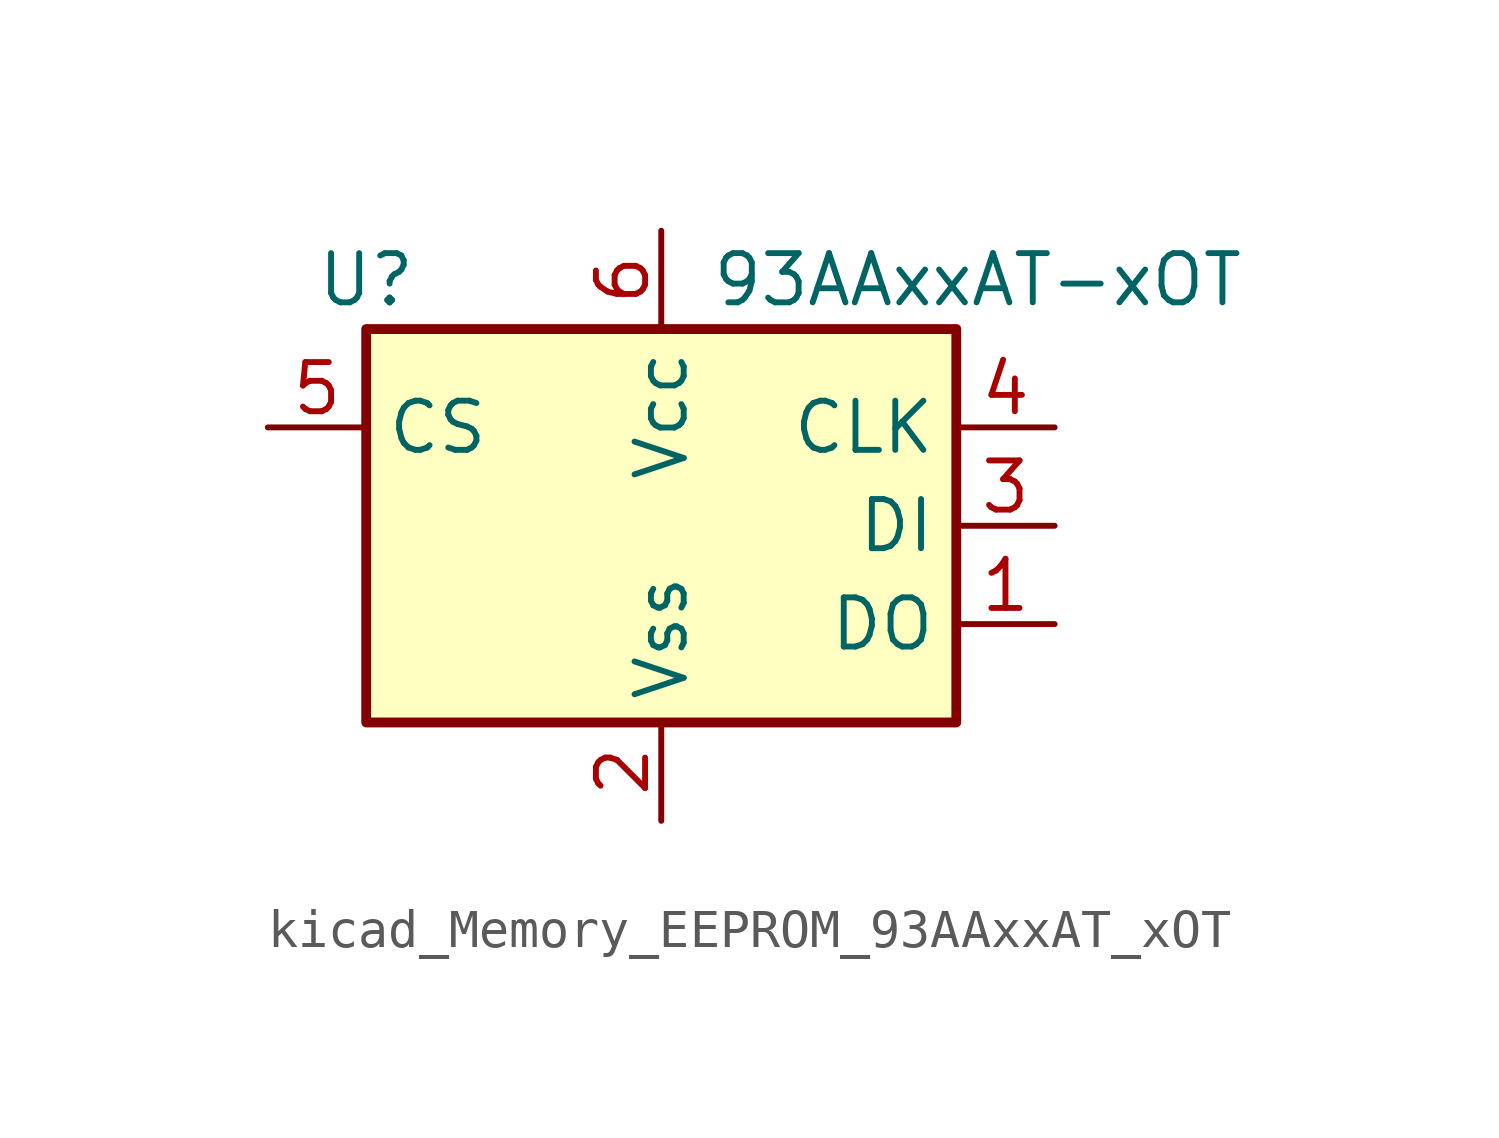
<source format=kicad_sym>
(kicad_symbol_lib
  (version 20220914)
  (generator kicad_symbol_editor)
  (symbol "kicad_Memory_EEPROM_93AAxxAT_xOT"
    (property "Reference" "U"
      (at -7.62 6.35 0)
      (effects (font (size 1.27 1.27))))
    (property "Value" "93AAxxAT-xOT"
      (at 1.27 6.35 0)
      (effects (font (size 1.27 1.27)) (justify left)))
    (symbol "kicad_Memory_EEPROM_93AAxxAT_xOT_1_1"
      (rectangle (start -7.62 5.08) (end 7.62 -5.08) (stroke (width 0.254) (type default)) (fill (type background)))
      (pin tri_state line (at 10.16 -2.54 180) (length 2.54) (name "DO" (effects (font (size 1.27 1.27)))) (number "1" (effects (font (size 1.27 1.27)))))
      (pin power_in line (at 0 -7.62 90) (length 2.54) (name "Vss" (effects (font (size 1.27 1.27)))) (number "2" (effects (font (size 1.27 1.27)))))
      (pin input line (at 10.16 0 180) (length 2.54) (name "DI" (effects (font (size 1.27 1.27)))) (number "3" (effects (font (size 1.27 1.27)))))
      (pin input line (at 10.16 2.54 180) (length 2.54) (name "CLK" (effects (font (size 1.27 1.27)))) (number "4" (effects (font (size 1.27 1.27)))))
      (pin input line (at -10.16 2.54 0) (length 2.54) (name "CS" (effects (font (size 1.27 1.27)))) (number "5" (effects (font (size 1.27 1.27)))))
      (pin power_in line (at 0 7.62 270) (length 2.54) (name "Vcc" (effects (font (size 1.27 1.27)))) (number "6" (effects (font (size 1.27 1.27))))))))
</source>
